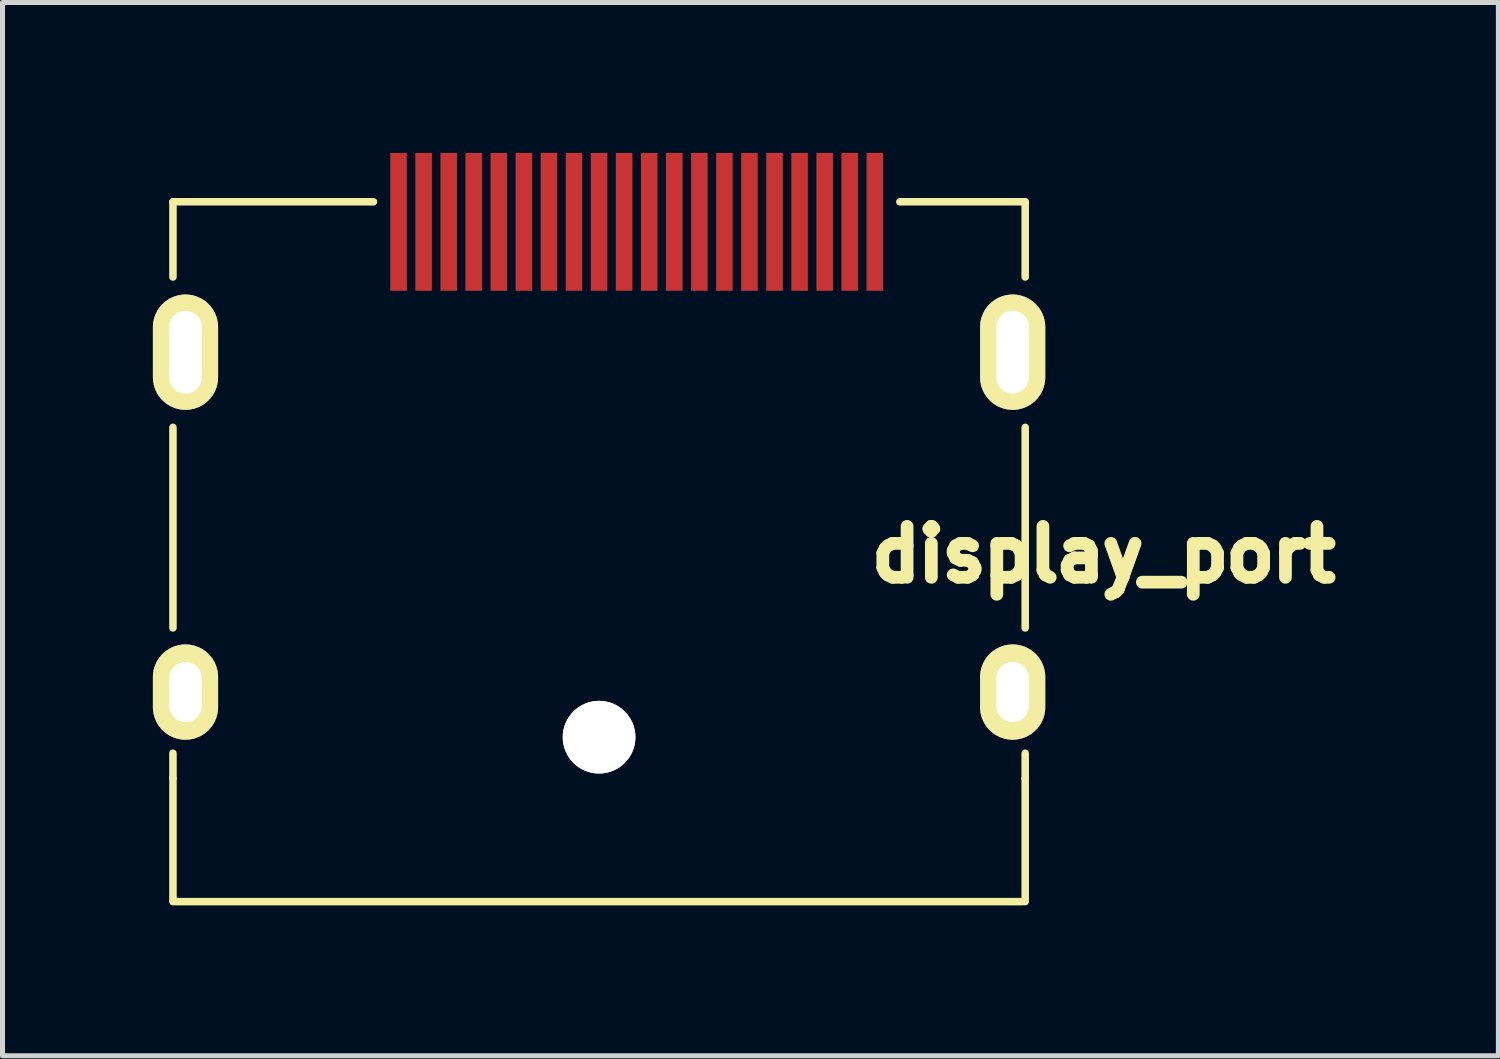
<source format=kicad_pcb>
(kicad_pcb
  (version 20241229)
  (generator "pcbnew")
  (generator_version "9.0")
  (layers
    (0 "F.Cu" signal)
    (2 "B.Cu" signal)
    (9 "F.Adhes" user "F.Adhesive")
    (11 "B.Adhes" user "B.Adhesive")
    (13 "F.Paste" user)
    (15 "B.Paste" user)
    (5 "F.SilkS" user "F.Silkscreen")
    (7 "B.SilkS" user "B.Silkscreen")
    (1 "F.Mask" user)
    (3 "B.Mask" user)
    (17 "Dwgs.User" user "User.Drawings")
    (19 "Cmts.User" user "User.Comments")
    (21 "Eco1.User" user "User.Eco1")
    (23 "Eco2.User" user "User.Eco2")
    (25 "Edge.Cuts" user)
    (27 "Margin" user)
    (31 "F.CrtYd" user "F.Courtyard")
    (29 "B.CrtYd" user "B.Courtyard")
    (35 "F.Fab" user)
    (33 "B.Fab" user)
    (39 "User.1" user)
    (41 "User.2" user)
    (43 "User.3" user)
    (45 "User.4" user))
  (footprint "display_port"
    (layer "F.Cu")
    (at 8.9 3.975)
    (property "Reference" "display_port" (at 10.063 4.034 0) (layer "F.SilkS") (effects (font (size 1.016 1.016) (thickness 0.254))))
    (attr through_hole)
    (fp_line (start -8.5 -3) (end -8.5 -1.5) (stroke (width 0.15) (type solid)) (layer "F.SilkS"))
    (fp_line (start -8.5 -3) (end -4.5 -3) (stroke (width 0.15) (type solid)) (layer "F.SilkS"))
    (fp_line (start -8.5 1.5) (end -8.5 5.5) (stroke (width 0.15) (type solid)) (layer "F.SilkS"))
    (fp_line (start -8.5 8.5) (end -8.5 8) (stroke (width 0.15) (type solid)) (layer "F.SilkS"))
    (fp_line (start -8.5 10.96) (end -8.5 8.5) (stroke (width 0.15) (type solid)) (layer "F.SilkS"))
    (fp_line (start 6 -3) (end 8.5 -3) (stroke (width 0.15) (type solid)) (layer "F.SilkS"))
    (fp_line (start 8.45 10.96) (end -8.45 10.96) (stroke (width 0.15) (type solid)) (layer "F.SilkS"))
    (fp_line (start 8.5 -1.5) (end 8.5 -3) (stroke (width 0.15) (type solid)) (layer "F.SilkS"))
    (fp_line (start 8.5 5.5) (end 8.5 1.5) (stroke (width 0.15) (type solid)) (layer "F.SilkS"))
    (fp_line (start 8.5 8.5) (end 8.5 8) (stroke (width 0.15) (type solid)) (layer "F.SilkS"))
    (fp_line (start 8.5 10.96) (end 8.5 8.5) (stroke (width 0.15) (type solid)) (layer "F.SilkS"))
    (pad "" np_thru_hole circle (at 0 7.68) (size 1.45 1.45) (drill 1.45) (layers "*.Cu" "*.Mask" "F.SilkS"))
    (pad "0" thru_hole oval (at -8.25 0) (size 1.3 2.3) (drill oval 0.65 1.65) (layers "*.Cu" "*.Mask" "F.SilkS"))
    (pad "0" thru_hole oval (at -8.25 6.78) (size 1.3 1.9) (drill oval 0.65 1.2) (layers "*.Cu" "*.Mask" "F.SilkS"))
    (pad "0" thru_hole oval (at 8.25 0) (size 1.3 2.3) (drill oval 0.65 1.65) (layers "*.Cu" "*.Mask" "F.SilkS"))
    (pad "0" thru_hole oval (at 8.25 6.78) (size 1.3 1.9) (drill oval 0.65 1.2) (layers "*.Cu" "*.Mask" "F.SilkS"))
    (pad "1" smd rect (at 5.5 -2.6) (size 0.33 2.75) (layers "F.Cu" "F.Mask" "F.Paste"))
    (pad "2" smd rect (at 5 -2.6) (size 0.33 2.75) (layers "F.Cu" "F.Mask" "F.Paste"))
    (pad "3" smd rect (at 4.5 -2.6) (size 0.33 2.75) (layers "F.Cu" "F.Mask" "F.Paste"))
    (pad "4" smd rect (at 4 -2.6) (size 0.33 2.75) (layers "F.Cu" "F.Mask" "F.Paste"))
    (pad "5" smd rect (at 3.5 -2.6) (size 0.33 2.75) (layers "F.Cu" "F.Mask" "F.Paste"))
    (pad "6" smd rect (at 3 -2.6) (size 0.33 2.75) (layers "F.Cu" "F.Mask" "F.Paste"))
    (pad "7" smd rect (at 2.5 -2.6) (size 0.33 2.75) (layers "F.Cu" "F.Mask" "F.Paste"))
    (pad "8" smd rect (at 2 -2.6) (size 0.33 2.75) (layers "F.Cu" "F.Mask" "F.Paste"))
    (pad "9" smd rect (at 1.5 -2.6) (size 0.33 2.75) (layers "F.Cu" "F.Mask" "F.Paste"))
    (pad "10" smd rect (at 1 -2.6) (size 0.33 2.75) (layers "F.Cu" "F.Mask" "F.Paste"))
    (pad "11" smd rect (at 0.5 -2.6) (size 0.33 2.75) (layers "F.Cu" "F.Mask" "F.Paste"))
    (pad "12" smd rect (at 0 -2.6) (size 0.33 2.75) (layers "F.Cu" "F.Mask" "F.Paste"))
    (pad "13" smd rect (at -0.5 -2.6) (size 0.33 2.75) (layers "F.Cu" "F.Mask" "F.Paste"))
    (pad "14" smd rect (at -1 -2.6) (size 0.33 2.75) (layers "F.Cu" "F.Mask" "F.Paste"))
    (pad "15" smd rect (at -1.5 -2.6) (size 0.33 2.75) (layers "F.Cu" "F.Mask" "F.Paste"))
    (pad "16" smd rect (at -2 -2.6) (size 0.33 2.75) (layers "F.Cu" "F.Mask" "F.Paste"))
    (pad "17" smd rect (at -2.5 -2.6) (size 0.33 2.75) (layers "F.Cu" "F.Mask" "F.Paste"))
    (pad "18" smd rect (at -3 -2.6) (size 0.33 2.75) (layers "F.Cu" "F.Mask" "F.Paste"))
    (pad "19" smd rect (at -3.5 -2.6) (size 0.33 2.75) (layers "F.Cu" "F.Mask" "F.Paste"))
    (pad "20" smd rect (at -4 -2.6) (size 0.33 2.75) (layers "F.Cu" "F.Mask" "F.Paste")))
  (gr_rect
    (start -3 -3)
    (end 26.839 18.01)
    (stroke (width 0.1) (type default))
    (fill no)
    (layer "Edge.Cuts")))
</source>
